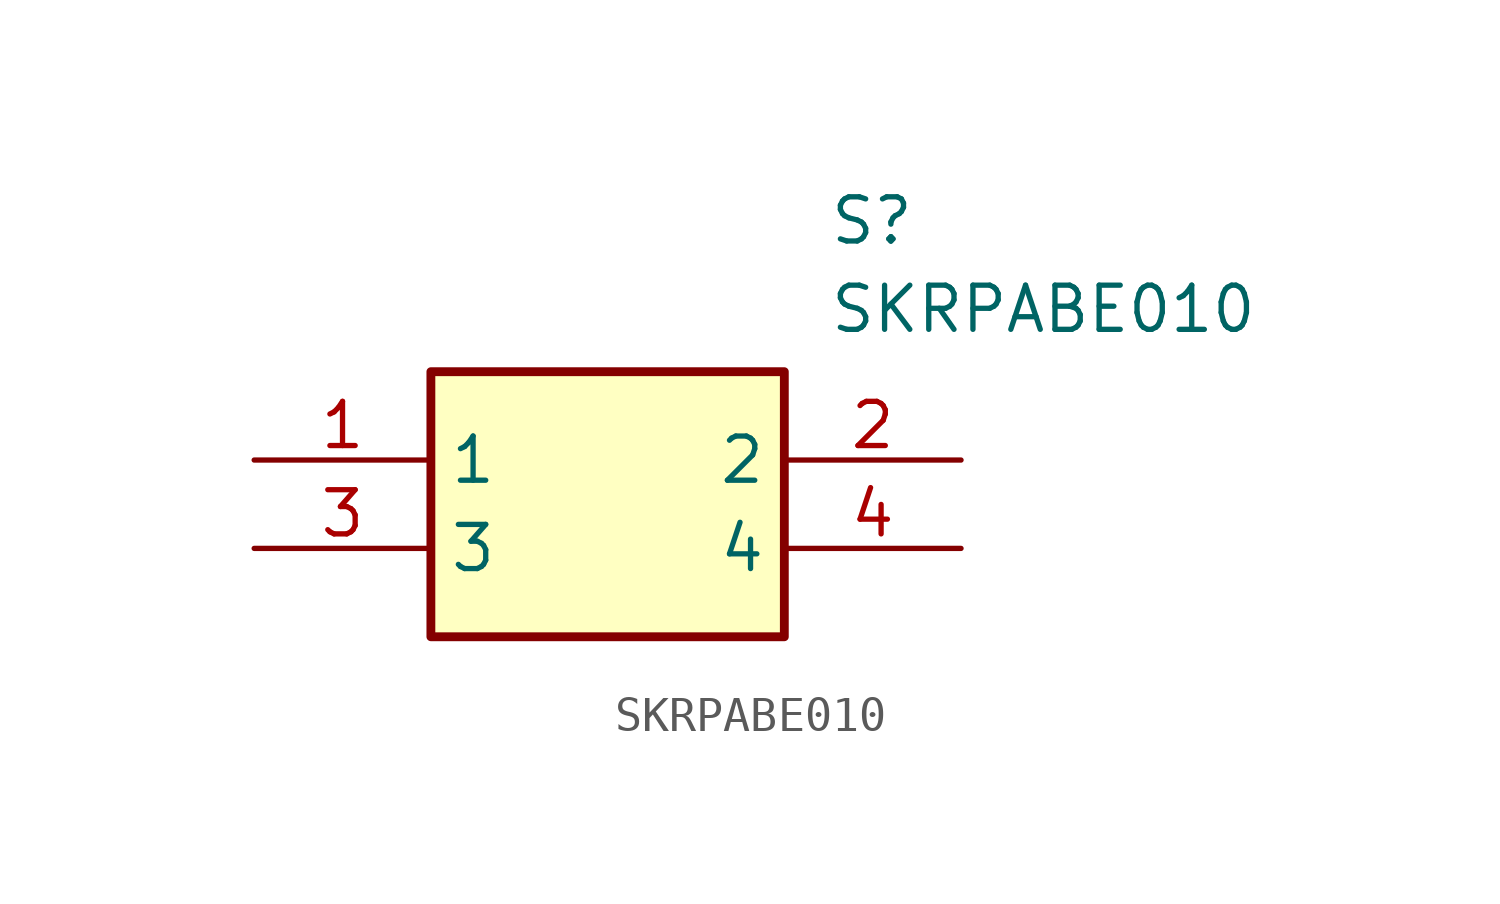
<source format=kicad_sym>
(kicad_symbol_lib
  (version 20211014)
  (generator SamacSys_ECAD_Model)
  (symbol "SKRPABE010"
    (property "Reference" "S"
      (at 16.51 7.62 0)
      (effects (font (size 1.27 1.27)) (justify left top)))
    (property "Value" "SKRPABE010"
      (at 16.51 5.08 0)
      (effects (font (size 1.27 1.27)) (justify left top)))
    (rectangle
      (start 5.08 2.54)
      (end 15.24 -5.08)
      (stroke (width 0.254) (type default))
      (fill (type background)))
    (pin passive line
      (at 0 0 0)
      (length 5.08)
      (name "1" (effects (font (size 1.27 1.27))))
      (number "1" (effects (font (size 1.27 1.27)))))
    (pin passive line
      (at 20.32 0 180)
      (length 5.08)
      (name "2" (effects (font (size 1.27 1.27))))
      (number "2" (effects (font (size 1.27 1.27)))))
    (pin passive line
      (at 0 -2.54 0)
      (length 5.08)
      (name "3" (effects (font (size 1.27 1.27))))
      (number "3" (effects (font (size 1.27 1.27)))))
    (pin passive line
      (at 20.32 -2.54 180)
      (length 5.08)
      (name "4" (effects (font (size 1.27 1.27))))
      (number "4" (effects (font (size 1.27 1.27)))))))
</source>
